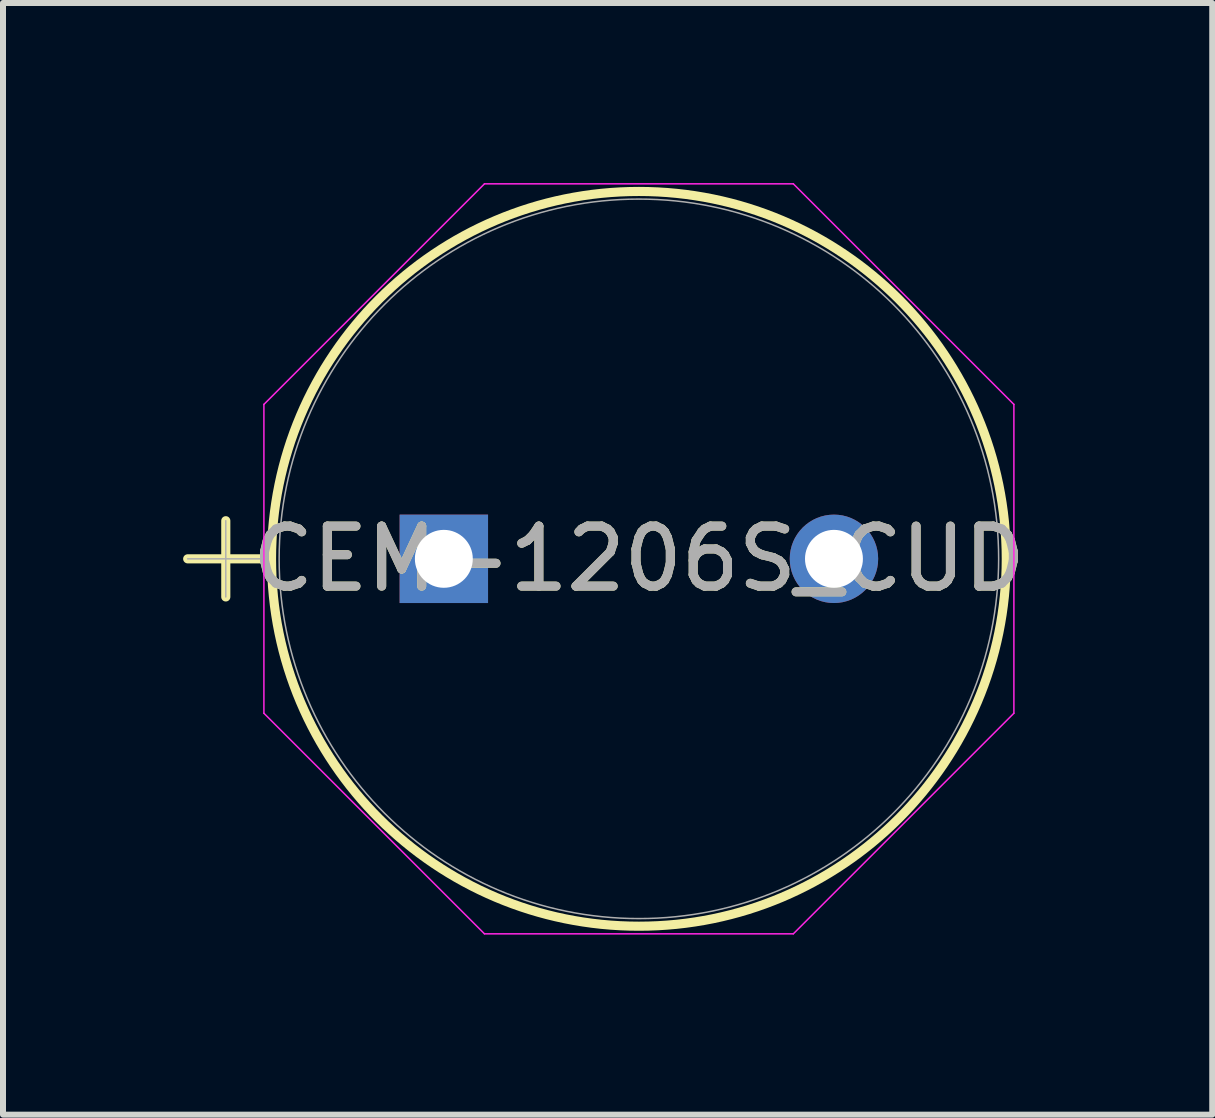
<source format=kicad_pcb>
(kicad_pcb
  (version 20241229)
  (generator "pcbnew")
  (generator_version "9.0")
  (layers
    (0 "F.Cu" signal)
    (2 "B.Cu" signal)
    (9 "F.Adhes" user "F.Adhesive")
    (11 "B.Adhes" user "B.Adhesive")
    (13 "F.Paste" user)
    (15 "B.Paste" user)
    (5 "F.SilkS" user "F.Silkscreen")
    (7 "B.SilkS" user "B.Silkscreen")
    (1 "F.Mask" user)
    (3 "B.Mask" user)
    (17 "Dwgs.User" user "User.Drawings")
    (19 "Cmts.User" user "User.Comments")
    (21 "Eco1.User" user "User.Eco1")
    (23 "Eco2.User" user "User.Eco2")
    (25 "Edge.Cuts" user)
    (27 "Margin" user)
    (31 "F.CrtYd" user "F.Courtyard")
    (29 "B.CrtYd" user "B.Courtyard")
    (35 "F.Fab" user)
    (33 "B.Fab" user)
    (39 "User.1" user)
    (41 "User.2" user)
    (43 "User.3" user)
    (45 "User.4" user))
  (footprint "CEM-1206S_CUD"
    (layer "F.Cu")
    (at 4.345 6.261)
    (property "Reference" "CEM-1206S_CUD" (at 3.25 0 0) (unlocked yes) (layer "F.SilkS") (effects (font (size 1 1) (thickness 0.15))))
    (attr through_hole)
    (fp_line (start -4.268 0) (end -2.998 0) (stroke (width 0.152) (type solid)) (layer "F.SilkS"))
    (fp_line (start -3.633 -0.635) (end -3.633 0.635) (stroke (width 0.152) (type solid)) (layer "F.SilkS"))
    (fp_circle (center 3.25 0) (end 9.371 0) (stroke (width 0.152) (type solid)) (fill no) (layer "F.SilkS"))
    (fp_line (start -2.998 -2.573) (end 0.677 -6.248) (stroke (width 0.025) (type solid)) (layer "F.CrtYd"))
    (fp_line (start -2.998 2.573) (end -2.998 -2.573) (stroke (width 0.025) (type solid)) (layer "F.CrtYd"))
    (fp_line (start 0.677 -6.248) (end 5.823 -6.248) (stroke (width 0.025) (type solid)) (layer "F.CrtYd"))
    (fp_line (start 0.677 6.248) (end -2.998 2.573) (stroke (width 0.025) (type solid)) (layer "F.CrtYd"))
    (fp_line (start 5.823 -6.248) (end 9.498 -2.573) (stroke (width 0.025) (type solid)) (layer "F.CrtYd"))
    (fp_line (start 5.823 6.248) (end 0.677 6.248) (stroke (width 0.025) (type solid)) (layer "F.CrtYd"))
    (fp_line (start 9.498 -2.573) (end 9.498 2.573) (stroke (width 0.025) (type solid)) (layer "F.CrtYd"))
    (fp_line (start 9.498 2.573) (end 5.823 6.248) (stroke (width 0.025) (type solid)) (layer "F.CrtYd"))
    (fp_line (start -4.268 0) (end -2.998 0) (stroke (width 0.025) (type solid)) (layer "F.Fab"))
    (fp_line (start -3.633 -0.635) (end -3.633 0.635) (stroke (width 0.025) (type solid)) (layer "F.Fab"))
    (fp_circle (center 3.25 0) (end 9.244 0) (stroke (width 0.025) (type solid)) (fill no) (layer "F.Fab"))
    (fp_text user "${REFERENCE}" (at 3.25 0 0) (unlocked yes) (layer "F.Fab") (effects (font (size 1 1) (thickness 0.15))))
    (pad "1" thru_hole rect (at 0 0) (size 1.473 1.473) (drill 0.965) (layers "*.Cu" "*.Mask"))
    (pad "2" thru_hole circle (at 6.5 0) (size 1.473 1.473) (drill 0.965) (layers "*.Cu" "*.Mask")))
  (gr_rect
    (start -3 -3)
    (end 17.148 15.522)
    (stroke (width 0.1) (type default))
    (fill no)
    (layer "Edge.Cuts")))
</source>
